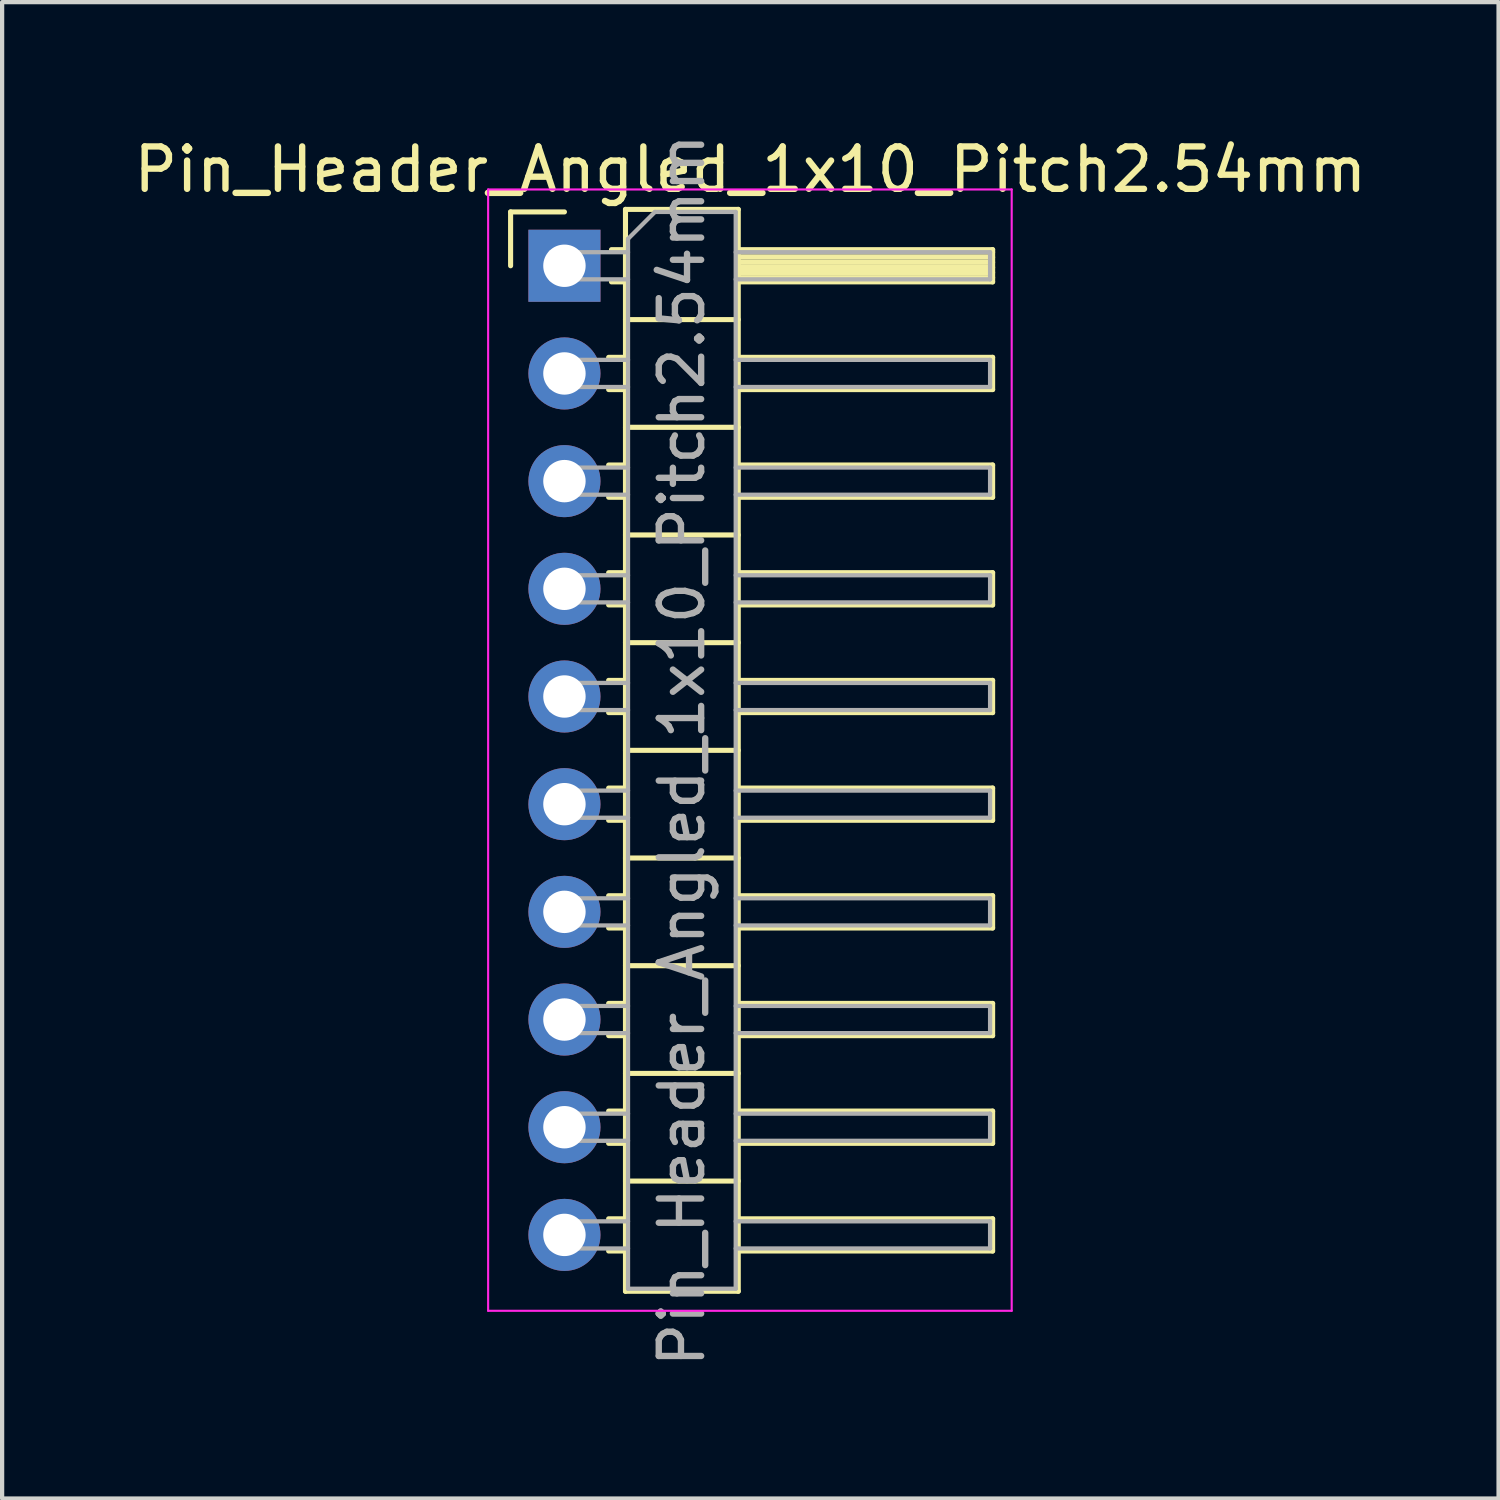
<source format=kicad_pcb>
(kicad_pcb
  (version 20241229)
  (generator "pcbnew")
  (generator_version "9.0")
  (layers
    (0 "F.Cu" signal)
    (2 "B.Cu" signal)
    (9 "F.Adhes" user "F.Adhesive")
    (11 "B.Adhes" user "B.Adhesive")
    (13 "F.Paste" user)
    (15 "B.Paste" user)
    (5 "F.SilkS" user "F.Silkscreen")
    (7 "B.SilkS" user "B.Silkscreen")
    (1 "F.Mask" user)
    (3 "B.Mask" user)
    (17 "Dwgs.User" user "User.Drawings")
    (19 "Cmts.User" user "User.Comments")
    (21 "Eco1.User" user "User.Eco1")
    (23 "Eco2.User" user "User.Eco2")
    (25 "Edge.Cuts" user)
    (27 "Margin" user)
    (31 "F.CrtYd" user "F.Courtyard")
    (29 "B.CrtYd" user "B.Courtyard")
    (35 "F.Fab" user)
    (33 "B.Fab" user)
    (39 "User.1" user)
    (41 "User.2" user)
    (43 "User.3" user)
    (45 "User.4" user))
  (footprint "Pin_Header_Angled_1x10_Pitch2.54mm"
    (layer "F.Cu")
    (at 10.264 3.219)
    (property "Reference" "Pin_Header_Angled_1x10_Pitch2.54mm" (at 4.385 -2.27 0) (layer "F.SilkS") (effects (font (size 1 1) (thickness 0.15))))
    (attr through_hole)
    (fp_line (start -1.27 -1.27) (end 0 -1.27) (stroke (width 0.12) (type solid)) (layer "F.SilkS"))
    (fp_line (start -1.27 0) (end -1.27 -1.27) (stroke (width 0.12) (type solid)) (layer "F.SilkS"))
    (fp_line (start 1.043 2.16) (end 1.44 2.16) (stroke (width 0.12) (type solid)) (layer "F.SilkS"))
    (fp_line (start 1.043 2.92) (end 1.44 2.92) (stroke (width 0.12) (type solid)) (layer "F.SilkS"))
    (fp_line (start 1.043 4.7) (end 1.44 4.7) (stroke (width 0.12) (type solid)) (layer "F.SilkS"))
    (fp_line (start 1.043 5.46) (end 1.44 5.46) (stroke (width 0.12) (type solid)) (layer "F.SilkS"))
    (fp_line (start 1.043 7.24) (end 1.44 7.24) (stroke (width 0.12) (type solid)) (layer "F.SilkS"))
    (fp_line (start 1.043 8) (end 1.44 8) (stroke (width 0.12) (type solid)) (layer "F.SilkS"))
    (fp_line (start 1.043 9.78) (end 1.44 9.78) (stroke (width 0.12) (type solid)) (layer "F.SilkS"))
    (fp_line (start 1.043 10.54) (end 1.44 10.54) (stroke (width 0.12) (type solid)) (layer "F.SilkS"))
    (fp_line (start 1.043 12.32) (end 1.44 12.32) (stroke (width 0.12) (type solid)) (layer "F.SilkS"))
    (fp_line (start 1.043 13.08) (end 1.44 13.08) (stroke (width 0.12) (type solid)) (layer "F.SilkS"))
    (fp_line (start 1.043 14.86) (end 1.44 14.86) (stroke (width 0.12) (type solid)) (layer "F.SilkS"))
    (fp_line (start 1.043 15.62) (end 1.44 15.62) (stroke (width 0.12) (type solid)) (layer "F.SilkS"))
    (fp_line (start 1.043 17.4) (end 1.44 17.4) (stroke (width 0.12) (type solid)) (layer "F.SilkS"))
    (fp_line (start 1.043 18.16) (end 1.44 18.16) (stroke (width 0.12) (type solid)) (layer "F.SilkS"))
    (fp_line (start 1.043 19.94) (end 1.44 19.94) (stroke (width 0.12) (type solid)) (layer "F.SilkS"))
    (fp_line (start 1.043 20.7) (end 1.44 20.7) (stroke (width 0.12) (type solid)) (layer "F.SilkS"))
    (fp_line (start 1.043 22.48) (end 1.44 22.48) (stroke (width 0.12) (type solid)) (layer "F.SilkS"))
    (fp_line (start 1.043 23.24) (end 1.44 23.24) (stroke (width 0.12) (type solid)) (layer "F.SilkS"))
    (fp_line (start 1.11 -0.38) (end 1.44 -0.38) (stroke (width 0.12) (type solid)) (layer "F.SilkS"))
    (fp_line (start 1.11 0.38) (end 1.44 0.38) (stroke (width 0.12) (type solid)) (layer "F.SilkS"))
    (fp_line (start 1.44 -1.33) (end 1.44 24.19) (stroke (width 0.12) (type solid)) (layer "F.SilkS"))
    (fp_line (start 1.44 1.27) (end 4.1 1.27) (stroke (width 0.12) (type solid)) (layer "F.SilkS"))
    (fp_line (start 1.44 3.81) (end 4.1 3.81) (stroke (width 0.12) (type solid)) (layer "F.SilkS"))
    (fp_line (start 1.44 6.35) (end 4.1 6.35) (stroke (width 0.12) (type solid)) (layer "F.SilkS"))
    (fp_line (start 1.44 8.89) (end 4.1 8.89) (stroke (width 0.12) (type solid)) (layer "F.SilkS"))
    (fp_line (start 1.44 11.43) (end 4.1 11.43) (stroke (width 0.12) (type solid)) (layer "F.SilkS"))
    (fp_line (start 1.44 13.97) (end 4.1 13.97) (stroke (width 0.12) (type solid)) (layer "F.SilkS"))
    (fp_line (start 1.44 16.51) (end 4.1 16.51) (stroke (width 0.12) (type solid)) (layer "F.SilkS"))
    (fp_line (start 1.44 19.05) (end 4.1 19.05) (stroke (width 0.12) (type solid)) (layer "F.SilkS"))
    (fp_line (start 1.44 21.59) (end 4.1 21.59) (stroke (width 0.12) (type solid)) (layer "F.SilkS"))
    (fp_line (start 1.44 24.19) (end 4.1 24.19) (stroke (width 0.12) (type solid)) (layer "F.SilkS"))
    (fp_line (start 4.1 -1.33) (end 1.44 -1.33) (stroke (width 0.12) (type solid)) (layer "F.SilkS"))
    (fp_line (start 4.1 -0.38) (end 10.1 -0.38) (stroke (width 0.12) (type solid)) (layer "F.SilkS"))
    (fp_line (start 4.1 -0.32) (end 10.1 -0.32) (stroke (width 0.12) (type solid)) (layer "F.SilkS"))
    (fp_line (start 4.1 -0.2) (end 10.1 -0.2) (stroke (width 0.12) (type solid)) (layer "F.SilkS"))
    (fp_line (start 4.1 -0.08) (end 10.1 -0.08) (stroke (width 0.12) (type solid)) (layer "F.SilkS"))
    (fp_line (start 4.1 0.04) (end 10.1 0.04) (stroke (width 0.12) (type solid)) (layer "F.SilkS"))
    (fp_line (start 4.1 0.16) (end 10.1 0.16) (stroke (width 0.12) (type solid)) (layer "F.SilkS"))
    (fp_line (start 4.1 0.28) (end 10.1 0.28) (stroke (width 0.12) (type solid)) (layer "F.SilkS"))
    (fp_line (start 4.1 2.16) (end 10.1 2.16) (stroke (width 0.12) (type solid)) (layer "F.SilkS"))
    (fp_line (start 4.1 4.7) (end 10.1 4.7) (stroke (width 0.12) (type solid)) (layer "F.SilkS"))
    (fp_line (start 4.1 7.24) (end 10.1 7.24) (stroke (width 0.12) (type solid)) (layer "F.SilkS"))
    (fp_line (start 4.1 9.78) (end 10.1 9.78) (stroke (width 0.12) (type solid)) (layer "F.SilkS"))
    (fp_line (start 4.1 12.32) (end 10.1 12.32) (stroke (width 0.12) (type solid)) (layer "F.SilkS"))
    (fp_line (start 4.1 14.86) (end 10.1 14.86) (stroke (width 0.12) (type solid)) (layer "F.SilkS"))
    (fp_line (start 4.1 17.4) (end 10.1 17.4) (stroke (width 0.12) (type solid)) (layer "F.SilkS"))
    (fp_line (start 4.1 19.94) (end 10.1 19.94) (stroke (width 0.12) (type solid)) (layer "F.SilkS"))
    (fp_line (start 4.1 22.48) (end 10.1 22.48) (stroke (width 0.12) (type solid)) (layer "F.SilkS"))
    (fp_line (start 4.1 24.19) (end 4.1 -1.33) (stroke (width 0.12) (type solid)) (layer "F.SilkS"))
    (fp_line (start 10.1 -0.38) (end 10.1 0.38) (stroke (width 0.12) (type solid)) (layer "F.SilkS"))
    (fp_line (start 10.1 0.38) (end 4.1 0.38) (stroke (width 0.12) (type solid)) (layer "F.SilkS"))
    (fp_line (start 10.1 2.16) (end 10.1 2.92) (stroke (width 0.12) (type solid)) (layer "F.SilkS"))
    (fp_line (start 10.1 2.92) (end 4.1 2.92) (stroke (width 0.12) (type solid)) (layer "F.SilkS"))
    (fp_line (start 10.1 4.7) (end 10.1 5.46) (stroke (width 0.12) (type solid)) (layer "F.SilkS"))
    (fp_line (start 10.1 5.46) (end 4.1 5.46) (stroke (width 0.12) (type solid)) (layer "F.SilkS"))
    (fp_line (start 10.1 7.24) (end 10.1 8) (stroke (width 0.12) (type solid)) (layer "F.SilkS"))
    (fp_line (start 10.1 8) (end 4.1 8) (stroke (width 0.12) (type solid)) (layer "F.SilkS"))
    (fp_line (start 10.1 9.78) (end 10.1 10.54) (stroke (width 0.12) (type solid)) (layer "F.SilkS"))
    (fp_line (start 10.1 10.54) (end 4.1 10.54) (stroke (width 0.12) (type solid)) (layer "F.SilkS"))
    (fp_line (start 10.1 12.32) (end 10.1 13.08) (stroke (width 0.12) (type solid)) (layer "F.SilkS"))
    (fp_line (start 10.1 13.08) (end 4.1 13.08) (stroke (width 0.12) (type solid)) (layer "F.SilkS"))
    (fp_line (start 10.1 14.86) (end 10.1 15.62) (stroke (width 0.12) (type solid)) (layer "F.SilkS"))
    (fp_line (start 10.1 15.62) (end 4.1 15.62) (stroke (width 0.12) (type solid)) (layer "F.SilkS"))
    (fp_line (start 10.1 17.4) (end 10.1 18.16) (stroke (width 0.12) (type solid)) (layer "F.SilkS"))
    (fp_line (start 10.1 18.16) (end 4.1 18.16) (stroke (width 0.12) (type solid)) (layer "F.SilkS"))
    (fp_line (start 10.1 19.94) (end 10.1 20.7) (stroke (width 0.12) (type solid)) (layer "F.SilkS"))
    (fp_line (start 10.1 20.7) (end 4.1 20.7) (stroke (width 0.12) (type solid)) (layer "F.SilkS"))
    (fp_line (start 10.1 22.48) (end 10.1 23.24) (stroke (width 0.12) (type solid)) (layer "F.SilkS"))
    (fp_line (start 10.1 23.24) (end 4.1 23.24) (stroke (width 0.12) (type solid)) (layer "F.SilkS"))
    (fp_line (start -1.8 -1.8) (end -1.8 24.65) (stroke (width 0.05) (type solid)) (layer "F.CrtYd"))
    (fp_line (start -1.8 24.65) (end 10.55 24.65) (stroke (width 0.05) (type solid)) (layer "F.CrtYd"))
    (fp_line (start 10.55 -1.8) (end -1.8 -1.8) (stroke (width 0.05) (type solid)) (layer "F.CrtYd"))
    (fp_line (start 10.55 24.65) (end 10.55 -1.8) (stroke (width 0.05) (type solid)) (layer "F.CrtYd"))
    (fp_line (start -0.32 -0.32) (end -0.32 0.32) (stroke (width 0.1) (type solid)) (layer "F.Fab"))
    (fp_line (start -0.32 -0.32) (end 1.5 -0.32) (stroke (width 0.1) (type solid)) (layer "F.Fab"))
    (fp_line (start -0.32 0.32) (end 1.5 0.32) (stroke (width 0.1) (type solid)) (layer "F.Fab"))
    (fp_line (start -0.32 2.22) (end -0.32 2.86) (stroke (width 0.1) (type solid)) (layer "F.Fab"))
    (fp_line (start -0.32 2.22) (end 1.5 2.22) (stroke (width 0.1) (type solid)) (layer "F.Fab"))
    (fp_line (start -0.32 2.86) (end 1.5 2.86) (stroke (width 0.1) (type solid)) (layer "F.Fab"))
    (fp_line (start -0.32 4.76) (end -0.32 5.4) (stroke (width 0.1) (type solid)) (layer "F.Fab"))
    (fp_line (start -0.32 4.76) (end 1.5 4.76) (stroke (width 0.1) (type solid)) (layer "F.Fab"))
    (fp_line (start -0.32 5.4) (end 1.5 5.4) (stroke (width 0.1) (type solid)) (layer "F.Fab"))
    (fp_line (start -0.32 7.3) (end -0.32 7.94) (stroke (width 0.1) (type solid)) (layer "F.Fab"))
    (fp_line (start -0.32 7.3) (end 1.5 7.3) (stroke (width 0.1) (type solid)) (layer "F.Fab"))
    (fp_line (start -0.32 7.94) (end 1.5 7.94) (stroke (width 0.1) (type solid)) (layer "F.Fab"))
    (fp_line (start -0.32 9.84) (end -0.32 10.48) (stroke (width 0.1) (type solid)) (layer "F.Fab"))
    (fp_line (start -0.32 9.84) (end 1.5 9.84) (stroke (width 0.1) (type solid)) (layer "F.Fab"))
    (fp_line (start -0.32 10.48) (end 1.5 10.48) (stroke (width 0.1) (type solid)) (layer "F.Fab"))
    (fp_line (start -0.32 12.38) (end -0.32 13.02) (stroke (width 0.1) (type solid)) (layer "F.Fab"))
    (fp_line (start -0.32 12.38) (end 1.5 12.38) (stroke (width 0.1) (type solid)) (layer "F.Fab"))
    (fp_line (start -0.32 13.02) (end 1.5 13.02) (stroke (width 0.1) (type solid)) (layer "F.Fab"))
    (fp_line (start -0.32 14.92) (end -0.32 15.56) (stroke (width 0.1) (type solid)) (layer "F.Fab"))
    (fp_line (start -0.32 14.92) (end 1.5 14.92) (stroke (width 0.1) (type solid)) (layer "F.Fab"))
    (fp_line (start -0.32 15.56) (end 1.5 15.56) (stroke (width 0.1) (type solid)) (layer "F.Fab"))
    (fp_line (start -0.32 17.46) (end -0.32 18.1) (stroke (width 0.1) (type solid)) (layer "F.Fab"))
    (fp_line (start -0.32 17.46) (end 1.5 17.46) (stroke (width 0.1) (type solid)) (layer "F.Fab"))
    (fp_line (start -0.32 18.1) (end 1.5 18.1) (stroke (width 0.1) (type solid)) (layer "F.Fab"))
    (fp_line (start -0.32 20) (end -0.32 20.64) (stroke (width 0.1) (type solid)) (layer "F.Fab"))
    (fp_line (start -0.32 20) (end 1.5 20) (stroke (width 0.1) (type solid)) (layer "F.Fab"))
    (fp_line (start -0.32 20.64) (end 1.5 20.64) (stroke (width 0.1) (type solid)) (layer "F.Fab"))
    (fp_line (start -0.32 22.54) (end -0.32 23.18) (stroke (width 0.1) (type solid)) (layer "F.Fab"))
    (fp_line (start -0.32 22.54) (end 1.5 22.54) (stroke (width 0.1) (type solid)) (layer "F.Fab"))
    (fp_line (start -0.32 23.18) (end 1.5 23.18) (stroke (width 0.1) (type solid)) (layer "F.Fab"))
    (fp_line (start 1.5 -0.635) (end 2.135 -1.27) (stroke (width 0.1) (type solid)) (layer "F.Fab"))
    (fp_line (start 1.5 24.13) (end 1.5 -0.635) (stroke (width 0.1) (type solid)) (layer "F.Fab"))
    (fp_line (start 2.135 -1.27) (end 4.04 -1.27) (stroke (width 0.1) (type solid)) (layer "F.Fab"))
    (fp_line (start 4.04 -1.27) (end 4.04 24.13) (stroke (width 0.1) (type solid)) (layer "F.Fab"))
    (fp_line (start 4.04 -0.32) (end 10.04 -0.32) (stroke (width 0.1) (type solid)) (layer "F.Fab"))
    (fp_line (start 4.04 0.32) (end 10.04 0.32) (stroke (width 0.1) (type solid)) (layer "F.Fab"))
    (fp_line (start 4.04 2.22) (end 10.04 2.22) (stroke (width 0.1) (type solid)) (layer "F.Fab"))
    (fp_line (start 4.04 2.86) (end 10.04 2.86) (stroke (width 0.1) (type solid)) (layer "F.Fab"))
    (fp_line (start 4.04 4.76) (end 10.04 4.76) (stroke (width 0.1) (type solid)) (layer "F.Fab"))
    (fp_line (start 4.04 5.4) (end 10.04 5.4) (stroke (width 0.1) (type solid)) (layer "F.Fab"))
    (fp_line (start 4.04 7.3) (end 10.04 7.3) (stroke (width 0.1) (type solid)) (layer "F.Fab"))
    (fp_line (start 4.04 7.94) (end 10.04 7.94) (stroke (width 0.1) (type solid)) (layer "F.Fab"))
    (fp_line (start 4.04 9.84) (end 10.04 9.84) (stroke (width 0.1) (type solid)) (layer "F.Fab"))
    (fp_line (start 4.04 10.48) (end 10.04 10.48) (stroke (width 0.1) (type solid)) (layer "F.Fab"))
    (fp_line (start 4.04 12.38) (end 10.04 12.38) (stroke (width 0.1) (type solid)) (layer "F.Fab"))
    (fp_line (start 4.04 13.02) (end 10.04 13.02) (stroke (width 0.1) (type solid)) (layer "F.Fab"))
    (fp_line (start 4.04 14.92) (end 10.04 14.92) (stroke (width 0.1) (type solid)) (layer "F.Fab"))
    (fp_line (start 4.04 15.56) (end 10.04 15.56) (stroke (width 0.1) (type solid)) (layer "F.Fab"))
    (fp_line (start 4.04 17.46) (end 10.04 17.46) (stroke (width 0.1) (type solid)) (layer "F.Fab"))
    (fp_line (start 4.04 18.1) (end 10.04 18.1) (stroke (width 0.1) (type solid)) (layer "F.Fab"))
    (fp_line (start 4.04 20) (end 10.04 20) (stroke (width 0.1) (type solid)) (layer "F.Fab"))
    (fp_line (start 4.04 20.64) (end 10.04 20.64) (stroke (width 0.1) (type solid)) (layer "F.Fab"))
    (fp_line (start 4.04 22.54) (end 10.04 22.54) (stroke (width 0.1) (type solid)) (layer "F.Fab"))
    (fp_line (start 4.04 23.18) (end 10.04 23.18) (stroke (width 0.1) (type solid)) (layer "F.Fab"))
    (fp_line (start 4.04 24.13) (end 1.5 24.13) (stroke (width 0.1) (type solid)) (layer "F.Fab"))
    (fp_line (start 10.04 -0.32) (end 10.04 0.32) (stroke (width 0.1) (type solid)) (layer "F.Fab"))
    (fp_line (start 10.04 2.22) (end 10.04 2.86) (stroke (width 0.1) (type solid)) (layer "F.Fab"))
    (fp_line (start 10.04 4.76) (end 10.04 5.4) (stroke (width 0.1) (type solid)) (layer "F.Fab"))
    (fp_line (start 10.04 7.3) (end 10.04 7.94) (stroke (width 0.1) (type solid)) (layer "F.Fab"))
    (fp_line (start 10.04 9.84) (end 10.04 10.48) (stroke (width 0.1) (type solid)) (layer "F.Fab"))
    (fp_line (start 10.04 12.38) (end 10.04 13.02) (stroke (width 0.1) (type solid)) (layer "F.Fab"))
    (fp_line (start 10.04 14.92) (end 10.04 15.56) (stroke (width 0.1) (type solid)) (layer "F.Fab"))
    (fp_line (start 10.04 17.46) (end 10.04 18.1) (stroke (width 0.1) (type solid)) (layer "F.Fab"))
    (fp_line (start 10.04 20) (end 10.04 20.64) (stroke (width 0.1) (type solid)) (layer "F.Fab"))
    (fp_line (start 10.04 22.54) (end 10.04 23.18) (stroke (width 0.1) (type solid)) (layer "F.Fab"))
    (fp_text user "${REFERENCE}" (at 2.77 11.43 90) (layer "F.Fab") (effects (font (size 1 1) (thickness 0.15))))
    (pad "1" thru_hole rect (at 0 0) (size 1.7 1.7) (drill 1) (layers "*.Cu" "*.Mask"))
    (pad "2" thru_hole oval (at 0 2.54) (size 1.7 1.7) (drill 1) (layers "*.Cu" "*.Mask"))
    (pad "3" thru_hole oval (at 0 5.08) (size 1.7 1.7) (drill 1) (layers "*.Cu" "*.Mask"))
    (pad "4" thru_hole oval (at 0 7.62) (size 1.7 1.7) (drill 1) (layers "*.Cu" "*.Mask"))
    (pad "5" thru_hole oval (at 0 10.16) (size 1.7 1.7) (drill 1) (layers "*.Cu" "*.Mask"))
    (pad "6" thru_hole oval (at 0 12.7) (size 1.7 1.7) (drill 1) (layers "*.Cu" "*.Mask"))
    (pad "7" thru_hole oval (at 0 15.24) (size 1.7 1.7) (drill 1) (layers "*.Cu" "*.Mask"))
    (pad "8" thru_hole oval (at 0 17.78) (size 1.7 1.7) (drill 1) (layers "*.Cu" "*.Mask"))
    (pad "9" thru_hole oval (at 0 20.32) (size 1.7 1.7) (drill 1) (layers "*.Cu" "*.Mask"))
    (pad "10" thru_hole oval (at 0 22.86) (size 1.7 1.7) (drill 1) (layers "*.Cu" "*.Mask")))
  (gr_rect
    (start -3 -3)
    (end 32.298 32.298)
    (stroke (width 0.1) (type default))
    (fill no)
    (layer "Edge.Cuts")))
</source>
